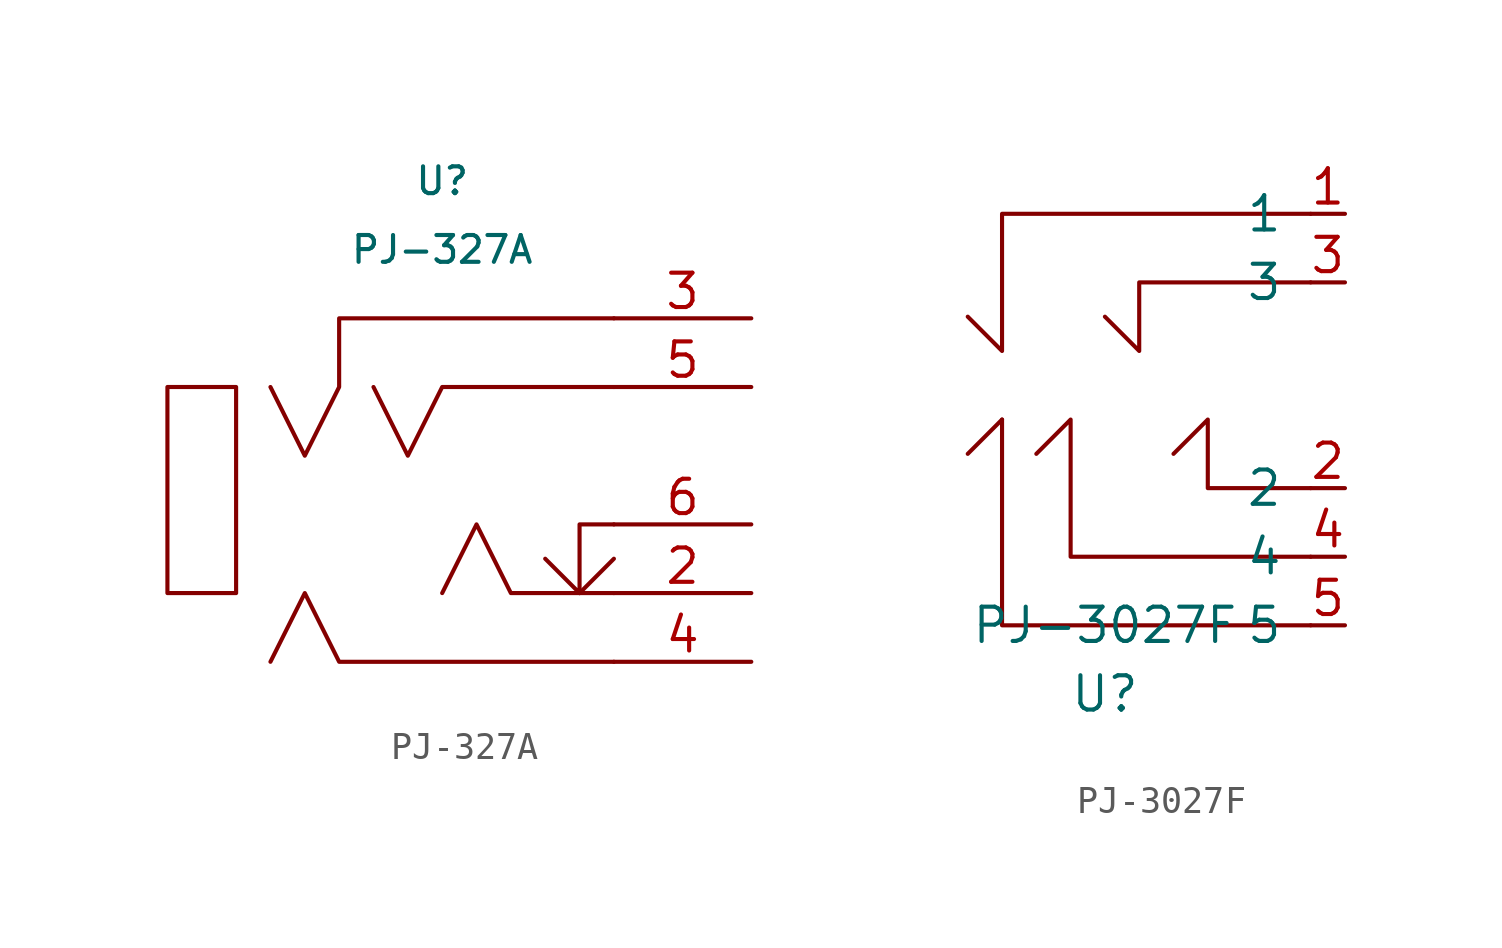
<source format=kicad_sym>
(kicad_symbol_lib
  (version 20220914)
  (generator kicad_symbol_editor)
  (symbol "PJ-327A"
    (pin_names
      (offset 1.016))
    (property "Reference" "U"
      (at -1.27 12.7 0)
      (effects (font (size 0.991 0.991))))
    (property "Value" "PJ-327A"
      (at -1.27 10.16 0)
      (effects (font (size 0.991 0.991))))
    (symbol "PJ-327A_0_1"
      (rectangle (start -8.89 5.08) (end -11.43 -2.54) (stroke (width 0) (type solid)) (fill (type none)))
      (polyline (pts (xy 3.81 -2.54) (xy 5.08 -1.27)) (stroke (width 0) (type solid)) (fill (type none)))
      (polyline (pts (xy -3.81 5.08) (xy -2.54 2.54) (xy -1.27 5.08) (xy 5.08 5.08)) (stroke (width 0) (type solid)) (fill (type none)))
      (polyline (pts (xy 5.08 -5.08) (xy -5.08 -5.08) (xy -6.35 -2.54) (xy -7.62 -5.08)) (stroke (width 0) (type solid)) (fill (type none)))
      (polyline (pts (xy 5.08 -2.54) (xy 1.27 -2.54) (xy 0 0) (xy -1.27 -2.54)) (stroke (width 0) (type solid)) (fill (type none)))
      (polyline (pts (xy 5.08 0) (xy 3.81 0) (xy 3.81 -2.54) (xy 2.54 -1.27)) (stroke (width 0) (type solid)) (fill (type none)))
      (polyline (pts (xy -7.62 5.08) (xy -6.35 2.54) (xy -5.08 5.08) (xy -5.08 7.62) (xy 5.08 7.62)) (stroke (width 0) (type solid)) (fill (type none))))
    (symbol "PJ-327A_1_1"
      (pin output line (at 10.16 -2.54 180) (length 5.08) (name "~" (effects (font (size 1.27 1.27)))) (number "2" (effects (font (size 1.27 1.27)))))
      (pin output line (at 10.16 7.62 180) (length 5.08) (name "~" (effects (font (size 1.27 1.27)))) (number "3" (effects (font (size 1.27 1.27)))))
      (pin output line (at 10.16 -5.08 180) (length 5.08) (name "~" (effects (font (size 1.27 1.27)))) (number "4" (effects (font (size 1.27 1.27)))))
      (pin output line (at 10.16 5.08 180) (length 5.08) (name "~" (effects (font (size 1.27 1.27)))) (number "5" (effects (font (size 1.27 1.27)))))
      (pin output line (at 10.16 0 180) (length 5.08) (name "~" (effects (font (size 1.27 1.27)))) (number "6" (effects (font (size 1.27 1.27)))))))
  (symbol "PJ-3027F"
    (pin_names
      (offset 1.016))
    (property "Reference" "U"
      (at 0 -10.16 0)
      (effects (font (size 1.27 1.27))))
    (property "Value" "PJ-3027F"
      (at 0 -7.62 0)
      (effects (font (size 1.27 1.27))))
    (symbol "PJ-3027F_0_1"
      (polyline (pts (xy -3.81 0) (xy -5.08 -1.27)) (stroke (width 0) (type solid)) (fill (type none)))
      (polyline (pts (xy -3.81 0) (xy -3.81 -7.62) (xy 7.62 -7.62)) (stroke (width 0) (type solid)) (fill (type none)))
      (polyline (pts (xy -5.08 3.81) (xy -3.81 2.54) (xy -3.81 7.62) (xy 7.62 7.62)) (stroke (width 0) (type solid)) (fill (type none)))
      (polyline (pts (xy 7.62 -5.08) (xy -1.27 -5.08) (xy -1.27 0) (xy -2.54 -1.27)) (stroke (width 0) (type solid)) (fill (type none)))
      (polyline (pts (xy 7.62 -2.54) (xy 3.81 -2.54) (xy 3.81 0) (xy 2.54 -1.27)) (stroke (width 0) (type solid)) (fill (type none)))
      (polyline (pts (xy 7.62 5.08) (xy 1.27 5.08) (xy 1.27 2.54) (xy 0 3.81)) (stroke (width 0) (type solid)) (fill (type none))))
    (symbol "PJ-3027F_1_1"
      (pin passive line (at 8.89 7.62 180) (length 1.27) (name "1" (effects (font (size 1.27 1.27)))) (number "1" (effects (font (size 1.27 1.27)))))
      (pin passive line (at 8.89 -2.54 180) (length 1.27) (name "2" (effects (font (size 1.27 1.27)))) (number "2" (effects (font (size 1.27 1.27)))))
      (pin passive line (at 8.89 5.08 180) (length 1.27) (name "3" (effects (font (size 1.27 1.27)))) (number "3" (effects (font (size 1.27 1.27)))))
      (pin passive line (at 8.89 -5.08 180) (length 1.27) (name "4" (effects (font (size 1.27 1.27)))) (number "4" (effects (font (size 1.27 1.27)))))
      (pin passive line (at 8.89 -7.62 180) (length 1.27) (name "5" (effects (font (size 1.27 1.27)))) (number "5" (effects (font (size 1.27 1.27))))))))
</source>
